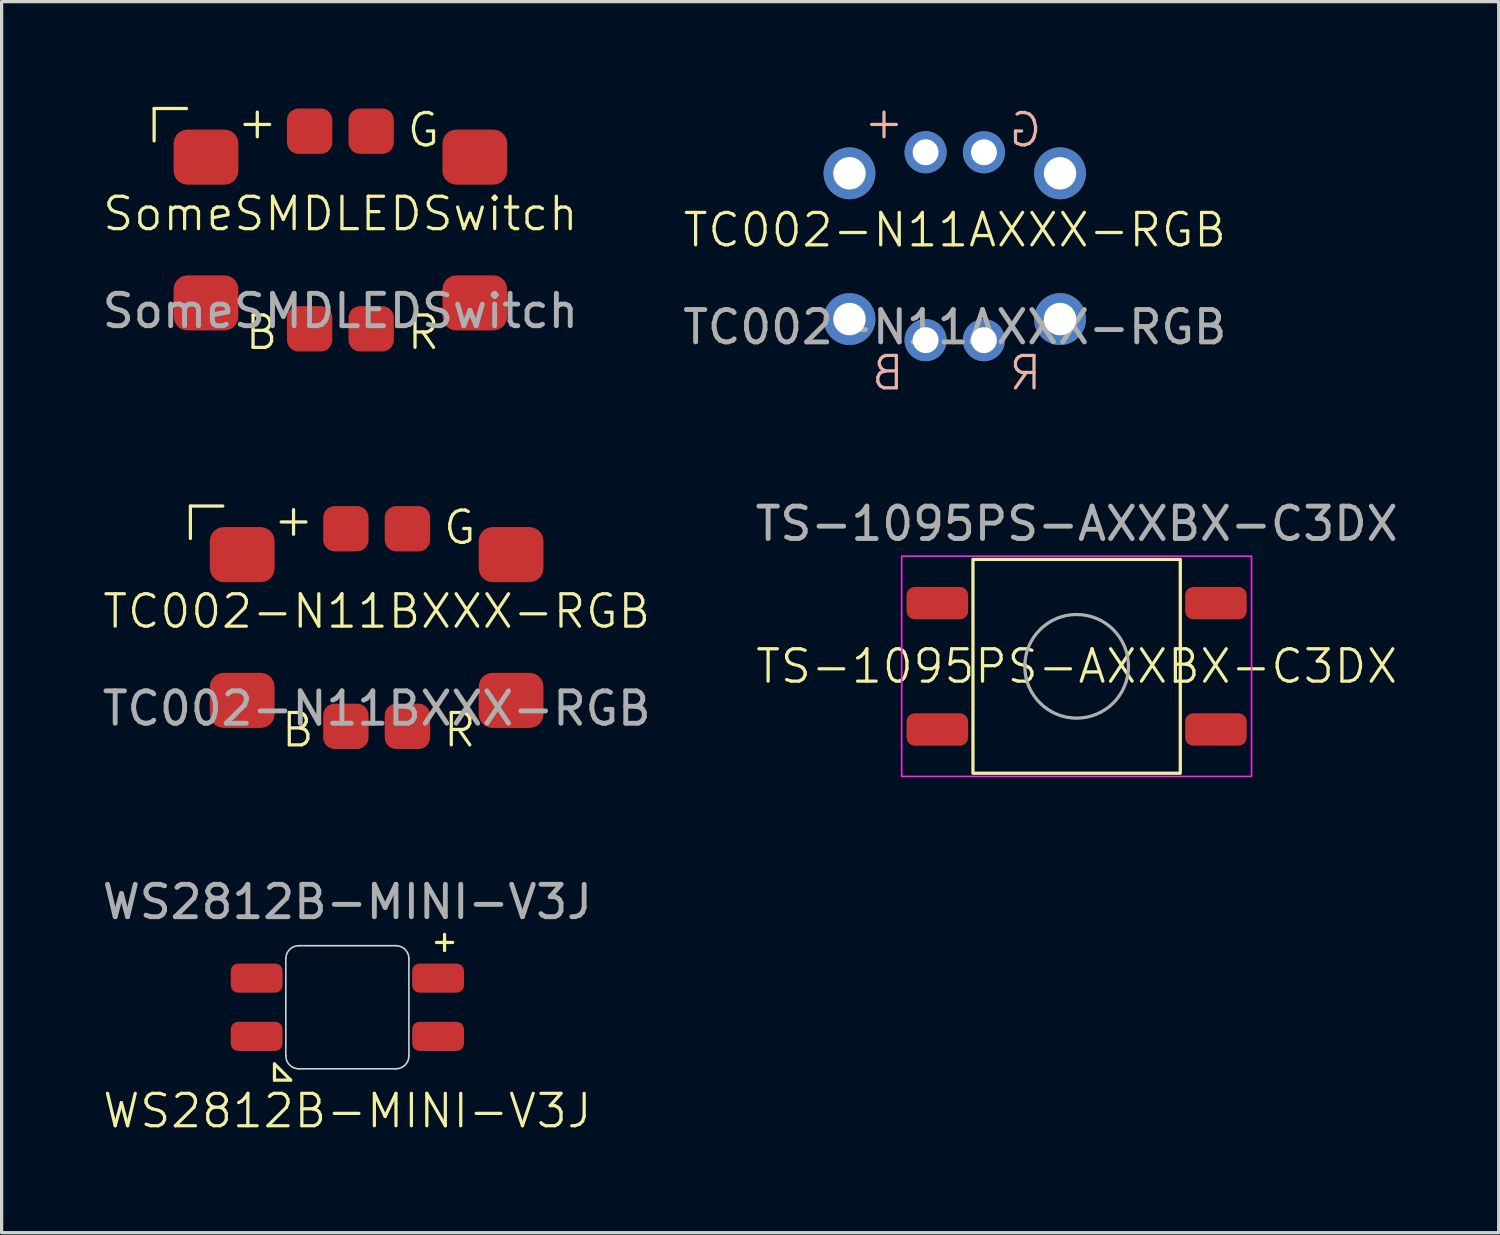
<source format=kicad_pcb>
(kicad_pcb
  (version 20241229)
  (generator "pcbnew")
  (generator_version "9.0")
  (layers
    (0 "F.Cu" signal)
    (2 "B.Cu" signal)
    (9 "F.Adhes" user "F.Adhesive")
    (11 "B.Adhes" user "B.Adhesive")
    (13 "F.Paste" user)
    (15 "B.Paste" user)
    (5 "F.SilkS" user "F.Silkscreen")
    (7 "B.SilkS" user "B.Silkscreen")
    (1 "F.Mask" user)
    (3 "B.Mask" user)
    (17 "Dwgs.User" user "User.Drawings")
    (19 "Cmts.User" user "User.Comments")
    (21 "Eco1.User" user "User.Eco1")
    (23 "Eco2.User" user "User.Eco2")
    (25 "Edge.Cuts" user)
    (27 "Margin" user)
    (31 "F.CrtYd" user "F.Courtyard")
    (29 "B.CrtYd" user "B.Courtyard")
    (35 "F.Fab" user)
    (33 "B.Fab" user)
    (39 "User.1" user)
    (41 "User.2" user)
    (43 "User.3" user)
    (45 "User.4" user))
  (footprint "TC002-N11BXXX-RGB"
    (layer "F.Cu")
    (at 8.577 16.321)
    (property "Reference" "TC002-N11BXXX-RGB" (at 0 -0.5 0) (unlocked yes) (layer "F.SilkS") (effects (font (size 1 1) (thickness 0.1))))
    (attr smd)
    (fp_line (start -5.75 -3.75) (end -5.75 -2.75) (stroke (width 0.1) (type default)) (layer "F.SilkS"))
    (fp_line (start -4.75 -3.75) (end -5.75 -3.75) (stroke (width 0.1) (type default)) (layer "F.SilkS"))
    (fp_text user "R" (at 2 3.75 0) (unlocked yes) (layer "F.SilkS") (effects (font (size 1 1) (thickness 0.1)) (justify left bottom)))
    (fp_text user "G" (at 2 -2.5 0) (unlocked yes) (layer "F.SilkS") (effects (font (size 1 1) (thickness 0.1)) (justify left bottom)))
    (fp_text user "B" (at -3 3.75 0) (unlocked yes) (layer "F.SilkS") (effects (font (size 1 1) (thickness 0.1)) (justify left bottom)))
    (fp_text user "+" (at -3.25 -2.75 0) (unlocked yes) (layer "F.SilkS") (effects (font (size 1 1) (thickness 0.1)) (justify left bottom)))
    (fp_text user "${REFERENCE}" (at 0 2.5 0) (unlocked yes) (layer "F.Fab") (effects (font (size 1 1) (thickness 0.15))))
    (pad "1" smd roundrect (at -4.15 -2.25) (size 2 1.7) (layers "F.Cu" "F.Mask" "F.Paste") (roundrect_rratio 0.25))
    (pad "1" smd roundrect (at 4.15 -2.25) (size 2 1.7) (layers "F.Cu" "F.Mask" "F.Paste") (roundrect_rratio 0.25))
    (pad "3" smd roundrect (at -4.15 2.25) (size 2 1.7) (layers "F.Cu" "F.Mask" "F.Paste") (roundrect_rratio 0.25))
    (pad "3" smd roundrect (at 4.15 2.25) (size 2 1.7) (layers "F.Cu" "F.Mask" "F.Paste") (roundrect_rratio 0.25))
    (pad "5" smd roundrect (at -0.95 -3.05) (size 1.4 1.4) (layers "F.Cu" "F.Mask" "F.Paste") (roundrect_rratio 0.25))
    (pad "6" smd roundrect (at 0.95 -3.05) (size 1.4 1.4) (layers "F.Cu" "F.Mask" "F.Paste") (roundrect_rratio 0.25))
    (pad "7" smd roundrect (at 0.95 3.05) (size 1.4 1.4) (layers "F.Cu" "F.Mask" "F.Paste") (roundrect_rratio 0.25))
    (pad "8" smd roundrect (at -0.95 3.05) (size 1.4 1.4) (layers "F.Cu" "F.Mask" "F.Paste") (roundrect_rratio 0.25)))
  (footprint "SomeSMDLEDSwitch"
    (layer "F.Cu")
    (at 7.458 4.05)
    (property "Reference" "SomeSMDLEDSwitch" (at 0 -0.5 0) (unlocked yes) (layer "F.SilkS") (effects (font (size 1 1) (thickness 0.1))))
    (attr smd)
    (fp_line (start -5.75 -3.75) (end -5.75 -2.75) (stroke (width 0.1) (type default)) (layer "F.SilkS"))
    (fp_line (start -4.75 -3.75) (end -5.75 -3.75) (stroke (width 0.1) (type default)) (layer "F.SilkS"))
    (fp_text user "R" (at 2 3.75 0) (unlocked yes) (layer "F.SilkS") (effects (font (size 1 1) (thickness 0.1)) (justify left bottom)))
    (fp_text user "G" (at 2 -2.5 0) (unlocked yes) (layer "F.SilkS") (effects (font (size 1 1) (thickness 0.1)) (justify left bottom)))
    (fp_text user "+" (at -3.25 -2.75 0) (unlocked yes) (layer "F.SilkS") (effects (font (size 1 1) (thickness 0.1)) (justify left bottom)))
    (fp_text user "B" (at -3 3.75 0) (unlocked yes) (layer "F.SilkS") (effects (font (size 1 1) (thickness 0.1)) (justify left bottom)))
    (fp_text user "${REFERENCE}" (at 0 2.5 0) (unlocked yes) (layer "F.Fab") (effects (font (size 1 1) (thickness 0.15))))
    (pad "1" smd roundrect (at -4.15 -2.25) (size 2 1.7) (layers "F.Cu" "F.Mask" "F.Paste") (roundrect_rratio 0.25))
    (pad "1" smd roundrect (at 4.15 -2.25) (size 2 1.7) (layers "F.Cu" "F.Mask" "F.Paste") (roundrect_rratio 0.25))
    (pad "3" smd roundrect (at -4.15 2.25) (size 2 1.7) (layers "F.Cu" "F.Mask" "F.Paste") (roundrect_rratio 0.25))
    (pad "3" smd roundrect (at 4.15 2.25) (size 2 1.7) (layers "F.Cu" "F.Mask" "F.Paste") (roundrect_rratio 0.25))
    (pad "5" smd roundrect (at -0.95 -3.05) (size 1.4 1.4) (layers "F.Cu" "F.Mask" "F.Paste") (roundrect_rratio 0.25))
    (pad "6" smd roundrect (at 0.95 -3.05) (size 1.4 1.4) (layers "F.Cu" "F.Mask" "F.Paste") (roundrect_rratio 0.25))
    (pad "7" smd roundrect (at 0.95 3.05) (size 1.4 1.4) (layers "F.Cu" "F.Mask" "F.Paste") (roundrect_rratio 0.25))
    (pad "8" smd roundrect (at -0.95 3.05) (size 1.4 1.4) (layers "F.Cu" "F.Mask" "F.Paste") (roundrect_rratio 0.25)))
  (footprint "WS2812B-MINI-V3J"
    (layer "F.Cu")
    (at 7.673 28.043)
    (property "Reference" "WS2812B-MINI-V3J" (at 0 3.2 0) (unlocked yes) (layer "F.SilkS") (effects (font (size 1 1) (thickness 0.1))))
    (attr smd)
    (fp_line (start -2.25 1.75) (end -2.25 2.25) (stroke (width 0.1) (type default)) (layer "F.SilkS"))
    (fp_line (start -2.25 2.25) (end -1.75 2.25) (stroke (width 0.1) (type default)) (layer "F.SilkS"))
    (fp_line (start -1.75 2.25) (end -2.25 1.75) (stroke (width 0.1) (type default)) (layer "F.SilkS"))
    (fp_line (start 2.75 -2) (end 3.25 -2) (stroke (width 0.1) (type default)) (layer "F.SilkS"))
    (fp_line (start 3 -2.25) (end 3 -1.75) (stroke (width 0.1) (type default)) (layer "F.SilkS"))
    (fp_line (start -1.9 1.5) (end -1.9 -1.5) (stroke (width 0.05) (type default)) (layer "Edge.Cuts"))
    (fp_line (start -1.5 -1.9) (end 1.5 -1.9) (stroke (width 0.05) (type default)) (layer "Edge.Cuts"))
    (fp_line (start -1.5 1.9) (end 1.5 1.9) (stroke (width 0.05) (type default)) (layer "Edge.Cuts"))
    (fp_line (start 1.9 1.5) (end 1.9 -1.5) (stroke (width 0.05) (type default)) (layer "Edge.Cuts"))
    (fp_arc (start -1.9 -1.5) (mid -1.782843 -1.782843) (end -1.5 -1.9) (stroke (width 0.05) (type default)) (layer "Edge.Cuts"))
    (fp_arc (start -1.5 1.9) (mid -1.782843 1.782843) (end -1.9 1.5) (stroke (width 0.05) (type default)) (layer "Edge.Cuts"))
    (fp_arc (start 1.5 -1.9) (mid 1.782843 -1.782843) (end 1.9 -1.5) (stroke (width 0.05) (type default)) (layer "Edge.Cuts"))
    (fp_arc (start 1.9 1.5) (mid 1.782843 1.782843) (end 1.5 1.9) (stroke (width 0.05) (type default)) (layer "Edge.Cuts"))
    (fp_text user "${REFERENCE}" (at 0 -3.25 0) (unlocked yes) (layer "F.Fab") (effects (font (size 1 1) (thickness 0.15))))
    (pad "1" smd roundrect (at 2.8 -0.9) (size 1.6 0.9) (layers "F.Cu" "F.Mask" "F.Paste") (roundrect_rratio 0.25))
    (pad "2" smd roundrect (at 2.8 0.9) (size 1.6 0.9) (layers "F.Cu" "F.Mask" "F.Paste") (roundrect_rratio 0.25))
    (pad "3" smd roundrect (at -2.8 0.9) (size 1.6 0.9) (layers "F.Cu" "F.Mask" "F.Paste") (roundrect_rratio 0.25))
    (pad "4" smd roundrect (at -2.8 -0.9) (size 1.6 0.9) (layers "F.Cu" "F.Mask" "F.Paste") (roundrect_rratio 0.25)))
  (footprint "TC002-N11AXXX-RGB"
    (layer "F.Cu")
    (at 26.423 4.55)
    (property "Reference" "TC002-N11AXXX-RGB" (at 0 -0.5 0) (unlocked yes) (layer "F.SilkS") (effects (font (size 1 1) (thickness 0.1))))
    (attr through_hole)
    (fp_text user "+" (at -1.5 -3.25 0) (unlocked yes) (layer "B.SilkS") (effects (font (size 1 1) (thickness 0.1)) (justify left bottom mirror)))
    (fp_text user "G" (at 2.75 -3 0) (unlocked yes) (layer "B.SilkS") (effects (font (size 1 1) (thickness 0.1)) (justify left bottom mirror)))
    (fp_text user "B" (at -1.5 4.5 0) (unlocked yes) (layer "B.SilkS") (effects (font (size 1 1) (thickness 0.1)) (justify left bottom mirror)))
    (fp_text user "R" (at 2.75 4.5 0) (unlocked yes) (layer "B.SilkS") (effects (font (size 1 1) (thickness 0.1)) (justify left bottom mirror)))
    (fp_text user "${REFERENCE}" (at 0 2.5 0) (unlocked yes) (layer "F.Fab") (effects (font (size 1 1) (thickness 0.15))))
    (pad "1" thru_hole circle (at -3.25 -2.25 90) (size 1.6 1.6) (drill 1) (layers "*.Cu" "*.Mask"))
    (pad "2" thru_hole circle (at 3.25 -2.25) (size 1.6 1.6) (drill 1) (layers "*.Cu" "*.Mask"))
    (pad "3" thru_hole circle (at -3.25 2.25) (size 1.6 1.6) (drill 1) (layers "*.Cu" "*.Mask"))
    (pad "4" thru_hole circle (at 3.25 2.25) (size 1.6 1.6) (drill 1) (layers "*.Cu" "*.Mask"))
    (pad "5" thru_hole circle (at -0.9 -2.9) (size 1.3 1.3) (drill 0.8) (layers "*.Cu" "*.Mask"))
    (pad "6" thru_hole circle (at 0.9 -2.9) (size 1.3 1.3) (drill 0.8) (layers "*.Cu" "*.Mask"))
    (pad "7" thru_hole circle (at 0.9 2.9) (size 1.3 1.3) (drill 0.8) (layers "*.Cu" "*.Mask"))
    (pad "8" thru_hole circle (at -0.9 2.9) (size 1.3 1.3) (drill 0.8) (layers "*.Cu" "*.Mask")))
  (footprint "TS-1095PS-AXXBX-C3DX"
    (layer "F.Cu")
    (at 30.185 17.519)
    (property "Reference" "TS-1095PS-AXXBX-C3DX" (at 0 0 0) (unlocked yes) (layer "F.SilkS") (effects (font (size 1 1) (thickness 0.1))))
    (attr smd)
    (fp_rect (start -3.2 -3.3) (end 3.2 3.3) (stroke (width 0.1) (type default)) (fill no) (layer "F.SilkS"))
    (fp_rect (start -5.4 -3.4) (end 5.4 3.4) (stroke (width 0.05) (type default)) (fill no) (layer "F.CrtYd"))
    (fp_circle (center 0 0) (end 1.6 0) (stroke (width 0.1) (type default)) (fill no) (layer "F.Fab"))
    (fp_text user "${REFERENCE}" (at 0 -4.4 0) (unlocked yes) (layer "F.Fab") (effects (font (size 1 1) (thickness 0.15))))
    (pad "1" smd roundrect (at -4.3 -1.95) (size 1.9 1) (layers "F.Cu" "F.Mask" "F.Paste") (roundrect_rratio 0.25))
    (pad "1" smd roundrect (at 4.3 -1.95) (size 1.9 1) (layers "F.Cu" "F.Mask" "F.Paste") (roundrect_rratio 0.25))
    (pad "2" smd roundrect (at -4.3 1.95) (size 1.9 1) (layers "F.Cu" "F.Mask" "F.Paste") (roundrect_rratio 0.25))
    (pad "2" smd roundrect (at 4.3 1.95) (size 1.9 1) (layers "F.Cu" "F.Mask" "F.Paste") (roundrect_rratio 0.25)))
  (gr_rect
    (start -3 -3)
    (end 43.214 35.003)
    (stroke (width 0.1) (type default))
    (fill no)
    (layer "Edge.Cuts")))
</source>
